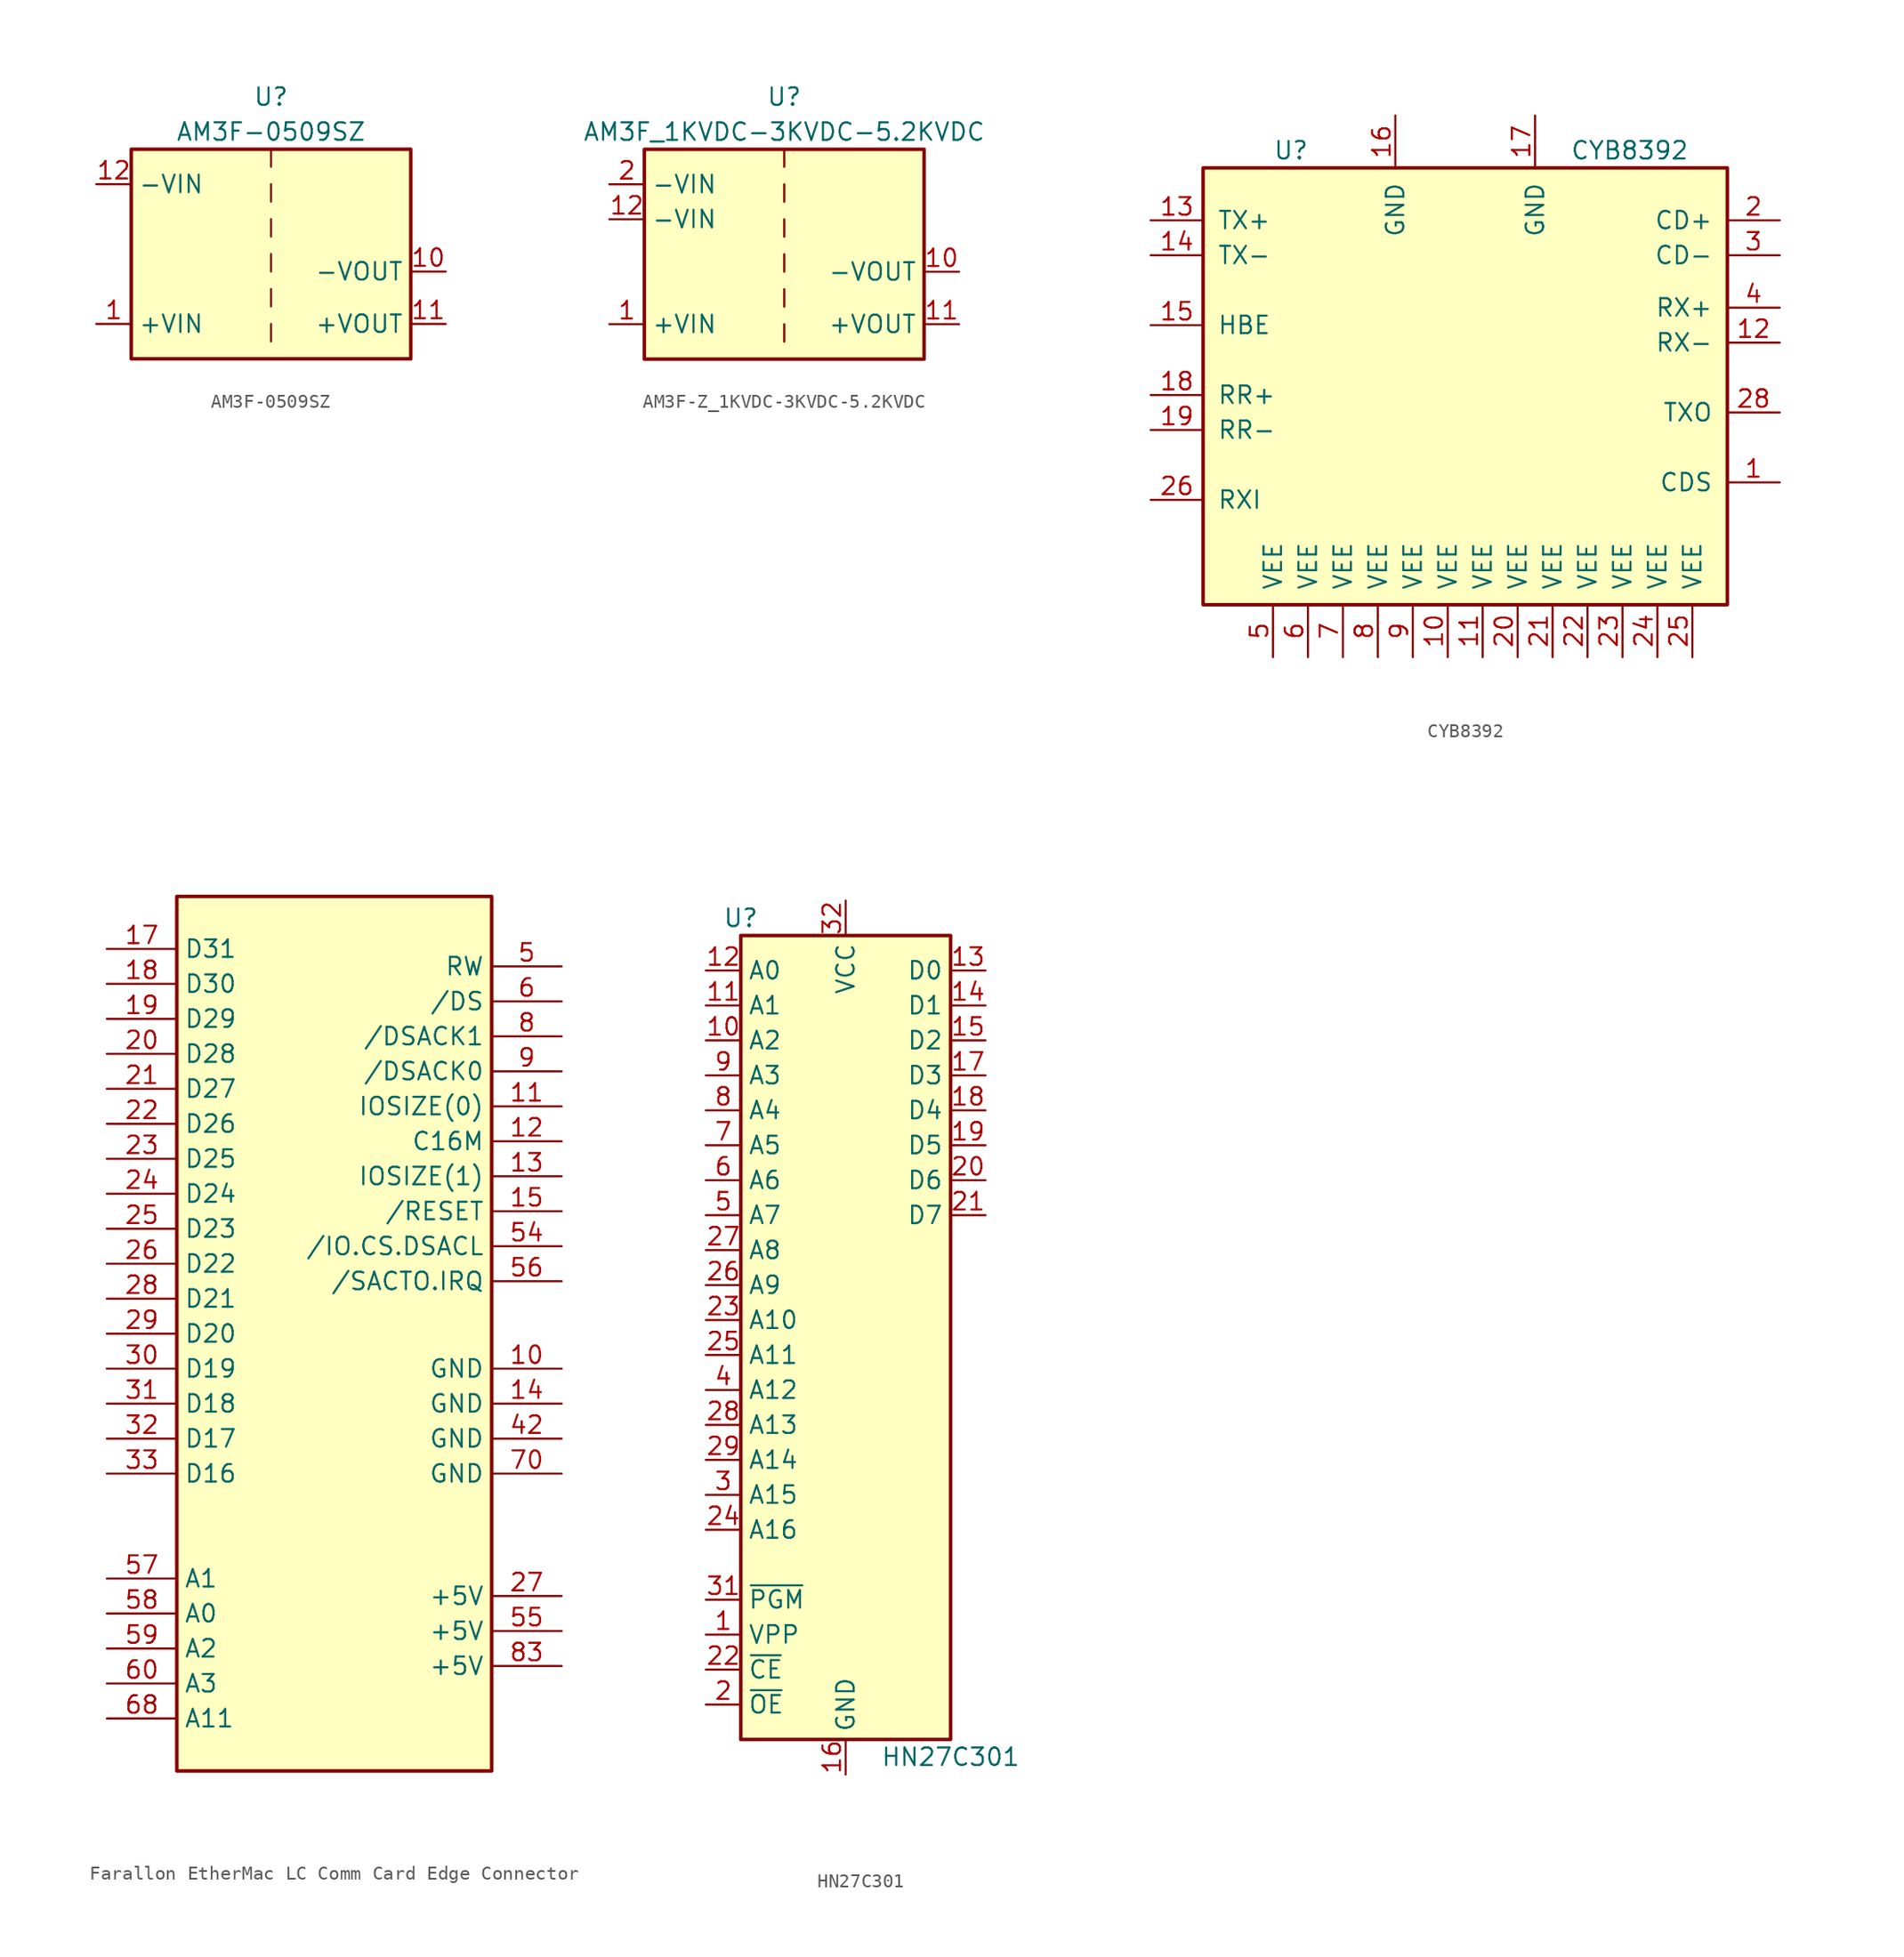
<source format=kicad_sym>
(kicad_symbol_lib
  (version 20220914)
  (generator kicad_symbol_editor)
  (symbol "AM3F-0509SZ"
    (property "Reference" "U"
      (at 0 11.43 0)
      (effects (font (size 1.27 1.27))))
    (property "Value" "AM3F-0509SZ"
      (at 0 8.89 0)
      (effects (font (size 1.27 1.27))))
    (symbol "AM3F-0509SZ_0_1"
      (rectangle (start -10.16 7.62) (end 10.16 -7.62) (stroke (width 0.254) (type default)) (fill (type background)))
      (polyline (pts (xy 0 -5.08) (xy 0 -6.35)) (stroke (width 0) (type default)) (fill (type none)))
      (polyline (pts (xy 0 -2.54) (xy 0 -3.81)) (stroke (width 0) (type default)) (fill (type none)))
      (polyline (pts (xy 0 0) (xy 0 -1.27)) (stroke (width 0) (type default)) (fill (type none)))
      (polyline (pts (xy 0 2.54) (xy 0 1.27)) (stroke (width 0) (type default)) (fill (type none)))
      (polyline (pts (xy 0 5.08) (xy 0 3.81)) (stroke (width 0) (type default)) (fill (type none)))
      (polyline (pts (xy 0 7.62) (xy 0 6.35)) (stroke (width 0) (type default)) (fill (type none))))
    (symbol "AM3F-0509SZ_1_1"
      (pin power_in line (at -12.7 -5.08 0) (length 2.54) (name "+VIN" (effects (font (size 1.27 1.27)))) (number "1" (effects (font (size 1.27 1.27)))))
      (pin power_out line (at 12.7 -1.27 180) (length 2.54) (name "-VOUT" (effects (font (size 1.27 1.27)))) (number "10" (effects (font (size 1.27 1.27)))))
      (pin power_out line (at 12.7 -5.08 180) (length 2.54) (name "+VOUT" (effects (font (size 1.27 1.27)))) (number "11" (effects (font (size 1.27 1.27)))))
      (pin power_in line (at -12.7 5.08 0) (length 2.54) (name "-VIN" (effects (font (size 1.27 1.27)))) (number "12" (effects (font (size 1.27 1.27)))))
      (pin no_connect line (at -12.7 -1.27 0) (length 2.54) hide (name "NC" (effects (font (size 1.27 1.27)))) (number "2" (effects (font (size 1.27 1.27)))))
      (pin no_connect line (at -12.7 1.27 0) (length 2.54) hide (name "NC" (effects (font (size 1.27 1.27)))) (number "3" (effects (font (size 1.27 1.27)))))
      (pin no_connect line (at 12.7 5.08 180) (length 2.54) hide (name "NC" (effects (font (size 1.27 1.27)))) (number "9" (effects (font (size 1.27 1.27)))))))
  (symbol "AM3F-Z_1KVDC-3KVDC-5.2KVDC"
    (property "Reference" "U"
      (at 0 11.43 0)
      (effects (font (size 1.27 1.27))))
    (property "Value" "AM3F_1KVDC-3KVDC-5.2KVDC"
      (at 0 8.89 0)
      (effects (font (size 1.27 1.27))))
    (symbol "AM3F-Z_1KVDC-3KVDC-5.2KVDC_0_1"
      (rectangle (start -10.16 7.62) (end 10.16 -7.62) (stroke (width 0.254) (type default)) (fill (type background)))
      (polyline (pts (xy 0 -5.08) (xy 0 -6.35)) (stroke (width 0) (type default)) (fill (type none)))
      (polyline (pts (xy 0 -2.54) (xy 0 -3.81)) (stroke (width 0) (type default)) (fill (type none)))
      (polyline (pts (xy 0 0) (xy 0 -1.27)) (stroke (width 0) (type default)) (fill (type none)))
      (polyline (pts (xy 0 2.54) (xy 0 1.27)) (stroke (width 0) (type default)) (fill (type none)))
      (polyline (pts (xy 0 5.08) (xy 0 3.81)) (stroke (width 0) (type default)) (fill (type none)))
      (polyline (pts (xy 0 7.62) (xy 0 6.35)) (stroke (width 0) (type default)) (fill (type none))))
    (symbol "AM3F-Z_1KVDC-3KVDC-5.2KVDC_1_1"
      (pin power_in line (at -12.7 -5.08 0) (length 2.54) (name "+VIN" (effects (font (size 1.27 1.27)))) (number "1" (effects (font (size 1.27 1.27)))))
      (pin power_out line (at 12.7 -1.27 180) (length 2.54) (name "-VOUT" (effects (font (size 1.27 1.27)))) (number "10" (effects (font (size 1.27 1.27)))))
      (pin power_out line (at 12.7 -5.08 180) (length 2.54) (name "+VOUT" (effects (font (size 1.27 1.27)))) (number "11" (effects (font (size 1.27 1.27)))))
      (pin power_in line (at -12.7 2.54 0) (length 2.54) (name "-VIN" (effects (font (size 1.27 1.27)))) (number "12" (effects (font (size 1.27 1.27)))))
      (pin power_in line (at -12.7 5.08 0) (length 2.54) (name "-VIN" (effects (font (size 1.27 1.27)))) (number "2" (effects (font (size 1.27 1.27)))))
      (pin no_connect line (at -12.7 -1.27 0) (length 2.54) hide (name "NC" (effects (font (size 1.27 1.27)))) (number "3" (effects (font (size 1.27 1.27)))))
      (pin no_connect line (at 12.7 5.08 180) (length 2.54) hide (name "NC" (effects (font (size 1.27 1.27)))) (number "9" (effects (font (size 1.27 1.27)))))))
  (symbol "CYB8392"
    (pin_names
      (offset 1.016))
    (property "Reference" "U"
      (at -13.97 16.51 0)
      (effects (font (size 1.27 1.27)) (justify left)))
    (property "Value" "CYB8392"
      (at 7.62 16.51 0)
      (effects (font (size 1.27 1.27)) (justify left)))
    (symbol "CYB8392_0_1"
      (rectangle (start -19.05 15.24) (end 19.05 -16.51) (stroke (width 0.254) (type default)) (fill (type background))))
    (symbol "CYB8392_1_1"
      (pin passive line (at 22.86 -7.62 180) (length 3.81) (name "CDS" (effects (font (size 1.27 1.27)))) (number "1" (effects (font (size 1.27 1.27)))))
      (pin power_in line (at -1.27 -20.32 90) (length 3.81) (name "VEE" (effects (font (size 1.27 1.27)))) (number "10" (effects (font (size 1.27 1.27)))))
      (pin power_in line (at 1.27 -20.32 90) (length 3.81) (name "VEE" (effects (font (size 1.27 1.27)))) (number "11" (effects (font (size 1.27 1.27)))))
      (pin output line (at 22.86 2.54 180) (length 3.81) (name "RX-" (effects (font (size 1.27 1.27)))) (number "12" (effects (font (size 1.27 1.27)))))
      (pin input line (at -22.86 11.43 0) (length 3.81) (name "TX+" (effects (font (size 1.27 1.27)))) (number "13" (effects (font (size 1.27 1.27)))))
      (pin input line (at -22.86 8.89 0) (length 3.81) (name "TX-" (effects (font (size 1.27 1.27)))) (number "14" (effects (font (size 1.27 1.27)))))
      (pin input line (at -22.86 3.81 0) (length 3.81) (name "HBE" (effects (font (size 1.27 1.27)))) (number "15" (effects (font (size 1.27 1.27)))))
      (pin power_in line (at -5.08 19.05 270) (length 3.81) (name "GND" (effects (font (size 1.27 1.27)))) (number "16" (effects (font (size 1.27 1.27)))))
      (pin power_in line (at 5.08 19.05 270) (length 3.81) (name "GND" (effects (font (size 1.27 1.27)))) (number "17" (effects (font (size 1.27 1.27)))))
      (pin input line (at -22.86 -1.27 0) (length 3.81) (name "RR+" (effects (font (size 1.27 1.27)))) (number "18" (effects (font (size 1.27 1.27)))))
      (pin input line (at -22.86 -3.81 0) (length 3.81) (name "RR-" (effects (font (size 1.27 1.27)))) (number "19" (effects (font (size 1.27 1.27)))))
      (pin output line (at 22.86 11.43 180) (length 3.81) (name "CD+" (effects (font (size 1.27 1.27)))) (number "2" (effects (font (size 1.27 1.27)))))
      (pin power_in line (at 3.81 -20.32 90) (length 3.81) (name "VEE" (effects (font (size 1.27 1.27)))) (number "20" (effects (font (size 1.27 1.27)))))
      (pin power_in line (at 6.35 -20.32 90) (length 3.81) (name "VEE" (effects (font (size 1.27 1.27)))) (number "21" (effects (font (size 1.27 1.27)))))
      (pin power_in line (at 8.89 -20.32 90) (length 3.81) (name "VEE" (effects (font (size 1.27 1.27)))) (number "22" (effects (font (size 1.27 1.27)))))
      (pin power_in line (at 11.43 -20.32 90) (length 3.81) (name "VEE" (effects (font (size 1.27 1.27)))) (number "23" (effects (font (size 1.27 1.27)))))
      (pin power_in line (at 13.97 -20.32 90) (length 3.81) (name "VEE" (effects (font (size 1.27 1.27)))) (number "24" (effects (font (size 1.27 1.27)))))
      (pin power_in line (at 16.51 -20.32 90) (length 3.81) (name "VEE" (effects (font (size 1.27 1.27)))) (number "25" (effects (font (size 1.27 1.27)))))
      (pin input line (at -22.86 -8.89 0) (length 3.81) (name "RXI" (effects (font (size 1.27 1.27)))) (number "26" (effects (font (size 1.27 1.27)))))
      (pin output line (at 22.86 -2.54 180) (length 3.81) (name "TXO" (effects (font (size 1.27 1.27)))) (number "28" (effects (font (size 1.27 1.27)))))
      (pin output line (at 22.86 8.89 180) (length 3.81) (name "CD-" (effects (font (size 1.27 1.27)))) (number "3" (effects (font (size 1.27 1.27)))))
      (pin output line (at 22.86 5.08 180) (length 3.81) (name "RX+" (effects (font (size 1.27 1.27)))) (number "4" (effects (font (size 1.27 1.27)))))
      (pin power_in line (at -13.97 -20.32 90) (length 3.81) (name "VEE" (effects (font (size 1.27 1.27)))) (number "5" (effects (font (size 1.27 1.27)))))
      (pin power_in line (at -11.43 -20.32 90) (length 3.81) (name "VEE" (effects (font (size 1.27 1.27)))) (number "6" (effects (font (size 1.27 1.27)))))
      (pin power_in line (at -8.89 -20.32 90) (length 3.81) (name "VEE" (effects (font (size 1.27 1.27)))) (number "7" (effects (font (size 1.27 1.27)))))
      (pin power_in line (at -6.35 -20.32 90) (length 3.81) (name "VEE" (effects (font (size 1.27 1.27)))) (number "8" (effects (font (size 1.27 1.27)))))
      (pin power_in line (at -3.81 -20.32 90) (length 3.81) (name "VEE" (effects (font (size 1.27 1.27)))) (number "9" (effects (font (size 1.27 1.27)))))))
  (symbol "Farallon EtherMac LC Comm Card Edge Connector"
    (property "Reference" "U"
      (at -15.24 33.02 0)
      (effects (font (size 1.27 1.27)) (justify left) hide))
    (symbol "Farallon EtherMac LC Comm Card Edge Connector_0_1"
      (rectangle (start -11.43 31.75) (end 11.43 -31.75) (stroke (width 0.254) (type default)) (fill (type background))))
    (symbol "Farallon EtherMac LC Comm Card Edge Connector_1_1"
      (pin power_out line (at 16.51 -2.54 180) (length 5.08) (name "GND" (effects (font (size 1.27 1.27)))) (number "10" (effects (font (size 1.27 1.27)))))
      (pin bidirectional line (at 16.51 16.51 180) (length 5.08) (name "IOSIZE(0)" (effects (font (size 1.27 1.27)))) (number "11" (effects (font (size 1.27 1.27)))))
      (pin bidirectional line (at 16.51 13.97 180) (length 5.08) (name "C16M" (effects (font (size 1.27 1.27)))) (number "12" (effects (font (size 1.27 1.27)))))
      (pin bidirectional line (at 16.51 11.43 180) (length 5.08) (name "IOSIZE(1)" (effects (font (size 1.27 1.27)))) (number "13" (effects (font (size 1.27 1.27)))))
      (pin power_out line (at 16.51 -5.08 180) (length 5.08) (name "GND" (effects (font (size 1.27 1.27)))) (number "14" (effects (font (size 1.27 1.27)))))
      (pin bidirectional line (at 16.51 8.89 180) (length 5.08) (name "/RESET" (effects (font (size 1.27 1.27)))) (number "15" (effects (font (size 1.27 1.27)))))
      (pin bidirectional line (at -16.51 27.94 0) (length 5.08) (name "D31" (effects (font (size 1.27 1.27)))) (number "17" (effects (font (size 1.27 1.27)))))
      (pin bidirectional line (at -16.51 25.4 0) (length 5.08) (name "D30" (effects (font (size 1.27 1.27)))) (number "18" (effects (font (size 1.27 1.27)))))
      (pin bidirectional line (at -16.51 22.86 0) (length 5.08) (name "D29" (effects (font (size 1.27 1.27)))) (number "19" (effects (font (size 1.27 1.27)))))
      (pin bidirectional line (at -16.51 20.32 0) (length 5.08) (name "D28" (effects (font (size 1.27 1.27)))) (number "20" (effects (font (size 1.27 1.27)))))
      (pin bidirectional line (at -16.51 17.78 0) (length 5.08) (name "D27" (effects (font (size 1.27 1.27)))) (number "21" (effects (font (size 1.27 1.27)))))
      (pin bidirectional line (at -16.51 15.24 0) (length 5.08) (name "D26" (effects (font (size 1.27 1.27)))) (number "22" (effects (font (size 1.27 1.27)))))
      (pin bidirectional line (at -16.51 12.7 0) (length 5.08) (name "D25" (effects (font (size 1.27 1.27)))) (number "23" (effects (font (size 1.27 1.27)))))
      (pin bidirectional line (at -16.51 10.16 0) (length 5.08) (name "D24" (effects (font (size 1.27 1.27)))) (number "24" (effects (font (size 1.27 1.27)))))
      (pin bidirectional line (at -16.51 7.62 0) (length 5.08) (name "D23" (effects (font (size 1.27 1.27)))) (number "25" (effects (font (size 1.27 1.27)))))
      (pin bidirectional line (at -16.51 5.08 0) (length 5.08) (name "D22" (effects (font (size 1.27 1.27)))) (number "26" (effects (font (size 1.27 1.27)))))
      (pin power_in line (at 16.51 -19.05 180) (length 5.08) (name "+5V" (effects (font (size 1.27 1.27)))) (number "27" (effects (font (size 1.27 1.27)))))
      (pin bidirectional line (at -16.51 2.54 0) (length 5.08) (name "D21" (effects (font (size 1.27 1.27)))) (number "28" (effects (font (size 1.27 1.27)))))
      (pin bidirectional line (at -16.51 0 0) (length 5.08) (name "D20" (effects (font (size 1.27 1.27)))) (number "29" (effects (font (size 1.27 1.27)))))
      (pin bidirectional line (at -16.51 -2.54 0) (length 5.08) (name "D19" (effects (font (size 1.27 1.27)))) (number "30" (effects (font (size 1.27 1.27)))))
      (pin bidirectional line (at -16.51 -5.08 0) (length 5.08) (name "D18" (effects (font (size 1.27 1.27)))) (number "31" (effects (font (size 1.27 1.27)))))
      (pin bidirectional line (at -16.51 -7.62 0) (length 5.08) (name "D17" (effects (font (size 1.27 1.27)))) (number "32" (effects (font (size 1.27 1.27)))))
      (pin bidirectional line (at -16.51 -10.16 0) (length 5.08) (name "D16" (effects (font (size 1.27 1.27)))) (number "33" (effects (font (size 1.27 1.27)))))
      (pin power_out line (at 16.51 -7.62 180) (length 5.08) (name "GND" (effects (font (size 1.27 1.27)))) (number "42" (effects (font (size 1.27 1.27)))))
      (pin bidirectional line (at 16.51 26.67 180) (length 5.08) (name "RW" (effects (font (size 1.27 1.27)))) (number "5" (effects (font (size 1.27 1.27)))))
      (pin bidirectional line (at 16.51 6.35 180) (length 5.08) (name "/IO.CS.DSACL" (effects (font (size 1.27 1.27)))) (number "54" (effects (font (size 1.27 1.27)))))
      (pin power_out line (at 16.51 -21.59 180) (length 5.08) (name "+5V" (effects (font (size 1.27 1.27)))) (number "55" (effects (font (size 1.27 1.27)))))
      (pin bidirectional line (at 16.51 3.81 180) (length 5.08) (name "/SACTO.IRQ" (effects (font (size 1.27 1.27)))) (number "56" (effects (font (size 1.27 1.27)))))
      (pin bidirectional line (at -16.51 -17.78 0) (length 5.08) (name "A1" (effects (font (size 1.27 1.27)))) (number "57" (effects (font (size 1.27 1.27)))))
      (pin bidirectional line (at -16.51 -20.32 0) (length 5.08) (name "A0" (effects (font (size 1.27 1.27)))) (number "58" (effects (font (size 1.27 1.27)))))
      (pin bidirectional line (at -16.51 -22.86 0) (length 5.08) (name "A2" (effects (font (size 1.27 1.27)))) (number "59" (effects (font (size 1.27 1.27)))))
      (pin bidirectional line (at 16.51 24.13 180) (length 5.08) (name "/DS" (effects (font (size 1.27 1.27)))) (number "6" (effects (font (size 1.27 1.27)))))
      (pin bidirectional line (at -16.51 -25.4 0) (length 5.08) (name "A3" (effects (font (size 1.27 1.27)))) (number "60" (effects (font (size 1.27 1.27)))))
      (pin bidirectional line (at -16.51 -27.94 0) (length 5.08) (name "A11" (effects (font (size 1.27 1.27)))) (number "68" (effects (font (size 1.27 1.27)))))
      (pin power_out line (at 16.51 -10.16 180) (length 5.08) (name "GND" (effects (font (size 1.27 1.27)))) (number "70" (effects (font (size 1.27 1.27)))))
      (pin bidirectional line (at 16.51 21.59 180) (length 5.08) (name "/DSACK1" (effects (font (size 1.27 1.27)))) (number "8" (effects (font (size 1.27 1.27)))))
      (pin power_out line (at 16.51 -24.13 180) (length 5.08) (name "+5V" (effects (font (size 1.27 1.27)))) (number "83" (effects (font (size 1.27 1.27)))))
      (pin bidirectional line (at 16.51 19.05 180) (length 5.08) (name "/DSACK0" (effects (font (size 1.27 1.27)))) (number "9" (effects (font (size 1.27 1.27)))))))
  (symbol "HN27C301"
    (property "Reference" "U"
      (at -7.62 29.21 0)
      (effects (font (size 1.27 1.27))))
    (property "Value" "HN27C301"
      (at 2.54 -31.75 0)
      (effects (font (size 1.27 1.27)) (justify left)))
    (symbol "HN27C301_1_1"
      (rectangle (start -7.62 27.94) (end 7.62 -30.48) (stroke (width 0.254) (type default)) (fill (type background)))
      (pin input line (at -10.16 -22.86 0) (length 2.54) (name "VPP" (effects (font (size 1.27 1.27)))) (number "1" (effects (font (size 1.27 1.27)))))
      (pin input line (at -10.16 20.32 0) (length 2.54) (name "A2" (effects (font (size 1.27 1.27)))) (number "10" (effects (font (size 1.27 1.27)))))
      (pin input line (at -10.16 22.86 0) (length 2.54) (name "A1" (effects (font (size 1.27 1.27)))) (number "11" (effects (font (size 1.27 1.27)))))
      (pin input line (at -10.16 25.4 0) (length 2.54) (name "A0" (effects (font (size 1.27 1.27)))) (number "12" (effects (font (size 1.27 1.27)))))
      (pin tri_state line (at 10.16 25.4 180) (length 2.54) (name "D0" (effects (font (size 1.27 1.27)))) (number "13" (effects (font (size 1.27 1.27)))))
      (pin tri_state line (at 10.16 22.86 180) (length 2.54) (name "D1" (effects (font (size 1.27 1.27)))) (number "14" (effects (font (size 1.27 1.27)))))
      (pin tri_state line (at 10.16 20.32 180) (length 2.54) (name "D2" (effects (font (size 1.27 1.27)))) (number "15" (effects (font (size 1.27 1.27)))))
      (pin power_in line (at 0 -33.02 90) (length 2.54) (name "GND" (effects (font (size 1.27 1.27)))) (number "16" (effects (font (size 1.27 1.27)))))
      (pin tri_state line (at 10.16 17.78 180) (length 2.54) (name "D3" (effects (font (size 1.27 1.27)))) (number "17" (effects (font (size 1.27 1.27)))))
      (pin tri_state line (at 10.16 15.24 180) (length 2.54) (name "D4" (effects (font (size 1.27 1.27)))) (number "18" (effects (font (size 1.27 1.27)))))
      (pin tri_state line (at 10.16 12.7 180) (length 2.54) (name "D5" (effects (font (size 1.27 1.27)))) (number "19" (effects (font (size 1.27 1.27)))))
      (pin input line (at -10.16 -27.94 0) (length 2.54) (name "~{OE}" (effects (font (size 1.27 1.27)))) (number "2" (effects (font (size 1.27 1.27)))))
      (pin tri_state line (at 10.16 10.16 180) (length 2.54) (name "D6" (effects (font (size 1.27 1.27)))) (number "20" (effects (font (size 1.27 1.27)))))
      (pin tri_state line (at 10.16 7.62 180) (length 2.54) (name "D7" (effects (font (size 1.27 1.27)))) (number "21" (effects (font (size 1.27 1.27)))))
      (pin input line (at -10.16 -25.4 0) (length 2.54) (name "~{CE}" (effects (font (size 1.27 1.27)))) (number "22" (effects (font (size 1.27 1.27)))))
      (pin input line (at -10.16 0 0) (length 2.54) (name "A10" (effects (font (size 1.27 1.27)))) (number "23" (effects (font (size 1.27 1.27)))))
      (pin input line (at -10.16 -15.24 0) (length 2.54) (name "A16" (effects (font (size 1.27 1.27)))) (number "24" (effects (font (size 1.27 1.27)))))
      (pin input line (at -10.16 -2.54 0) (length 2.54) (name "A11" (effects (font (size 1.27 1.27)))) (number "25" (effects (font (size 1.27 1.27)))))
      (pin input line (at -10.16 2.54 0) (length 2.54) (name "A9" (effects (font (size 1.27 1.27)))) (number "26" (effects (font (size 1.27 1.27)))))
      (pin input line (at -10.16 5.08 0) (length 2.54) (name "A8" (effects (font (size 1.27 1.27)))) (number "27" (effects (font (size 1.27 1.27)))))
      (pin input line (at -10.16 -7.62 0) (length 2.54) (name "A13" (effects (font (size 1.27 1.27)))) (number "28" (effects (font (size 1.27 1.27)))))
      (pin input line (at -10.16 -10.16 0) (length 2.54) (name "A14" (effects (font (size 1.27 1.27)))) (number "29" (effects (font (size 1.27 1.27)))))
      (pin input line (at -10.16 -12.7 0) (length 2.54) (name "A15" (effects (font (size 1.27 1.27)))) (number "3" (effects (font (size 1.27 1.27)))))
      (pin input line (at -10.16 -20.32 0) (length 2.54) (name "~{PGM}" (effects (font (size 1.27 1.27)))) (number "31" (effects (font (size 1.27 1.27)))))
      (pin power_in line (at 0 30.48 270) (length 2.54) (name "VCC" (effects (font (size 1.27 1.27)))) (number "32" (effects (font (size 1.27 1.27)))))
      (pin input line (at -10.16 -5.08 0) (length 2.54) (name "A12" (effects (font (size 1.27 1.27)))) (number "4" (effects (font (size 1.27 1.27)))))
      (pin input line (at -10.16 7.62 0) (length 2.54) (name "A7" (effects (font (size 1.27 1.27)))) (number "5" (effects (font (size 1.27 1.27)))))
      (pin input line (at -10.16 10.16 0) (length 2.54) (name "A6" (effects (font (size 1.27 1.27)))) (number "6" (effects (font (size 1.27 1.27)))))
      (pin input line (at -10.16 12.7 0) (length 2.54) (name "A5" (effects (font (size 1.27 1.27)))) (number "7" (effects (font (size 1.27 1.27)))))
      (pin input line (at -10.16 15.24 0) (length 2.54) (name "A4" (effects (font (size 1.27 1.27)))) (number "8" (effects (font (size 1.27 1.27)))))
      (pin input line (at -10.16 17.78 0) (length 2.54) (name "A3" (effects (font (size 1.27 1.27)))) (number "9" (effects (font (size 1.27 1.27))))))))
</source>
